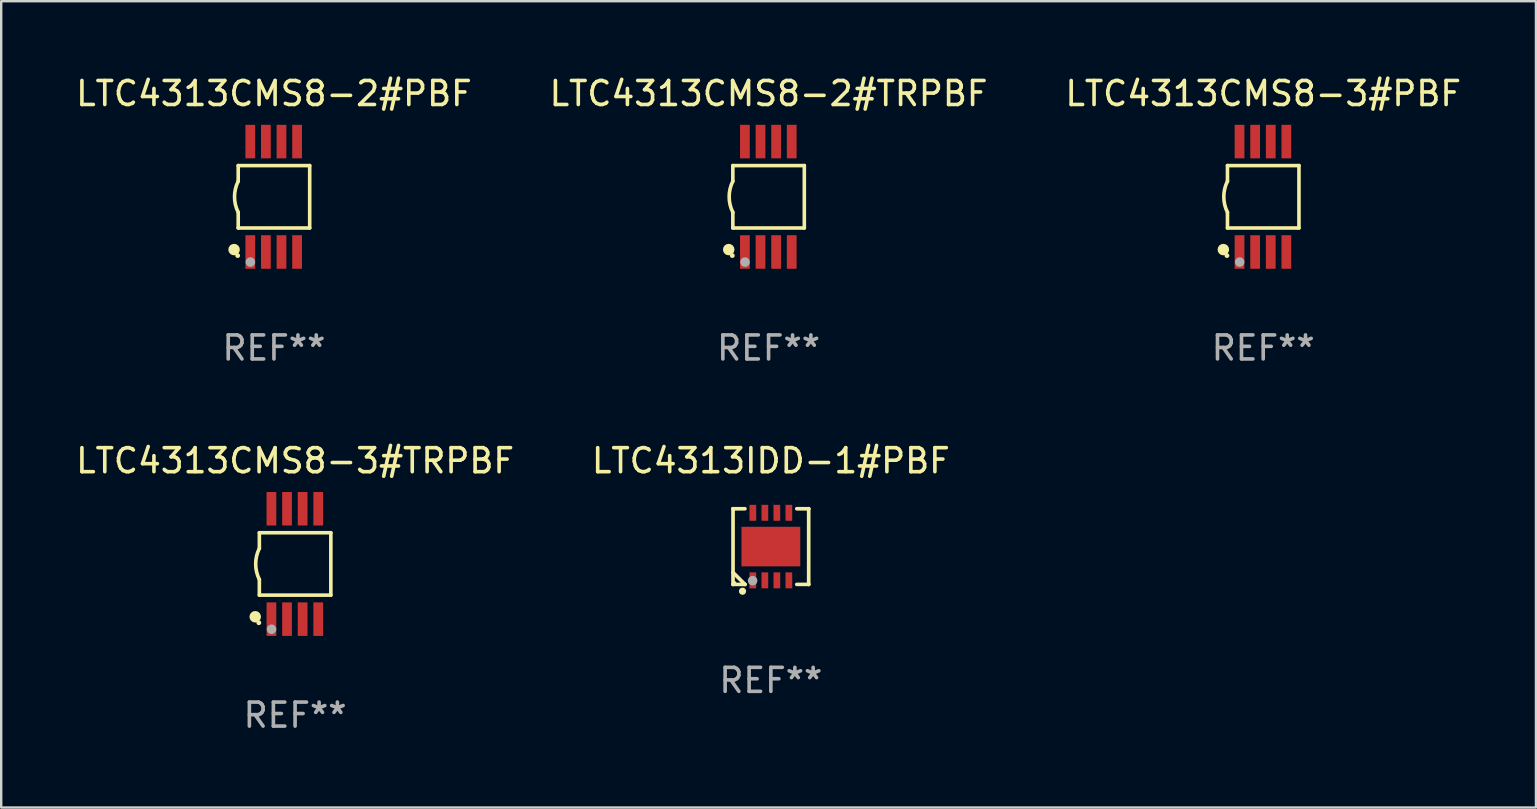
<source format=kicad_pcb>
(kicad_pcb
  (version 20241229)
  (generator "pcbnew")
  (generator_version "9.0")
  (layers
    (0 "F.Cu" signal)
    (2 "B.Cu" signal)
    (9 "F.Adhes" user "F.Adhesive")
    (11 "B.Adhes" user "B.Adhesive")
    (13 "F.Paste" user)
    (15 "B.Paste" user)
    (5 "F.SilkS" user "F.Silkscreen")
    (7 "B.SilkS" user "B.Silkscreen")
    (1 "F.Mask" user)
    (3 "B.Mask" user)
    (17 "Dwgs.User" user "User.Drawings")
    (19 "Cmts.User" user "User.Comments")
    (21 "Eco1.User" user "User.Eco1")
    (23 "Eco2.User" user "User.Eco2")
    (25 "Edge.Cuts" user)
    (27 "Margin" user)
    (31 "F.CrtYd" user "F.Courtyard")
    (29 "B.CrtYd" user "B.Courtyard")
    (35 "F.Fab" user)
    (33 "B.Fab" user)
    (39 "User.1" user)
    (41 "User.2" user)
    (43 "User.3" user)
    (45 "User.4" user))
  (footprint "LTC4313CMS8-2#TRPBF"
    (layer "F.Cu")
    (at 28.97 5.148)
    (property "Reference" "LTC4313CMS8-2#TRPBF" (at 0 -4.3 0) (layer "F.SilkS") (effects (font (size 1 1) (thickness 0.15))))
    (attr through_hole)
    (fp_line (start -1.489 -1.3) (end -1.489 -0.648) (stroke (width 0.15) (type solid)) (layer "F.SilkS"))
    (fp_line (start -1.489 0.648) (end -1.489 1.3) (stroke (width 0.15) (type solid)) (layer "F.SilkS"))
    (fp_line (start -1.489 1.3) (end 1.489 1.3) (stroke (width 0.15) (type solid)) (layer "F.SilkS"))
    (fp_line (start 1.489 -1.3) (end -1.489 -1.3) (stroke (width 0.15) (type solid)) (layer "F.SilkS"))
    (fp_line (start 1.489 1.3) (end 1.489 -1.3) (stroke (width 0.15) (type solid)) (layer "F.SilkS"))
    (fp_arc (start -1.489205 0.647702) (mid -1.642107 0) (end -1.489205 -0.647701) (stroke (width 0.150013) (type solid)) (layer "F.SilkS"))
    (fp_circle (center -1.661 2.2) (end -1.541 2.2) (stroke (width 0.24) (type solid)) (fill no) (layer "F.SilkS"))
    (fp_circle (center -1.511 2.45) (end -1.461 2.45) (stroke (width 0.1) (type solid)) (fill no) (layer "F.SilkS"))
    (fp_circle (center -0.981 2.72) (end -0.881 2.72) (stroke (width 0.2) (type solid)) (fill no) (layer "F.Fab"))
    (fp_text user "REF**" (at 0 6.3 0) (layer "F.Fab") (effects (font (size 1 1) (thickness 0.15))))
    (pad "1" smd rect (at -0.986 2.3) (size 0.406 1.397) (layers "F.Cu" "F.Mask" "F.Paste"))
    (pad "2" smd rect (at -0.336 2.3) (size 0.406 1.397) (layers "F.Cu" "F.Mask" "F.Paste"))
    (pad "3" smd rect (at 0.314 2.3) (size 0.406 1.397) (layers "F.Cu" "F.Mask" "F.Paste"))
    (pad "4" smd rect (at 0.964 2.3) (size 0.406 1.397) (layers "F.Cu" "F.Mask" "F.Paste"))
    (pad "5" smd rect (at 0.964 -2.3) (size 0.406 1.397) (layers "F.Cu" "F.Mask" "F.Paste"))
    (pad "6" smd rect (at 0.314 -2.3) (size 0.406 1.397) (layers "F.Cu" "F.Mask" "F.Paste"))
    (pad "7" smd rect (at -0.336 -2.3) (size 0.406 1.397) (layers "F.Cu" "F.Mask" "F.Paste"))
    (pad "8" smd rect (at -0.986 -2.3) (size 0.406 1.397) (layers "F.Cu" "F.Mask" "F.Paste")))
  (footprint "LTC4313CMS8-3#TRPBF"
    (layer "F.Cu")
    (at 9.244 20.445)
    (property "Reference" "LTC4313CMS8-3#TRPBF" (at 0 -4.3 0) (layer "F.SilkS") (effects (font (size 1 1) (thickness 0.15))))
    (attr through_hole)
    (fp_line (start -1.489 -1.3) (end -1.489 -0.648) (stroke (width 0.15) (type solid)) (layer "F.SilkS"))
    (fp_line (start -1.489 0.648) (end -1.489 1.3) (stroke (width 0.15) (type solid)) (layer "F.SilkS"))
    (fp_line (start -1.489 1.3) (end 1.489 1.3) (stroke (width 0.15) (type solid)) (layer "F.SilkS"))
    (fp_line (start 1.489 -1.3) (end -1.489 -1.3) (stroke (width 0.15) (type solid)) (layer "F.SilkS"))
    (fp_line (start 1.489 1.3) (end 1.489 -1.3) (stroke (width 0.15) (type solid)) (layer "F.SilkS"))
    (fp_arc (start -1.489205 0.647702) (mid -1.642107 0) (end -1.489205 -0.647701) (stroke (width 0.150013) (type solid)) (layer "F.SilkS"))
    (fp_circle (center -1.661 2.2) (end -1.541 2.2) (stroke (width 0.24) (type solid)) (fill no) (layer "F.SilkS"))
    (fp_circle (center -1.511 2.45) (end -1.461 2.45) (stroke (width 0.1) (type solid)) (fill no) (layer "F.SilkS"))
    (fp_circle (center -0.981 2.72) (end -0.881 2.72) (stroke (width 0.2) (type solid)) (fill no) (layer "F.Fab"))
    (fp_text user "REF**" (at 0 6.3 0) (layer "F.Fab") (effects (font (size 1 1) (thickness 0.15))))
    (pad "1" smd rect (at -0.986 2.3) (size 0.406 1.397) (layers "F.Cu" "F.Mask" "F.Paste"))
    (pad "2" smd rect (at -0.336 2.3) (size 0.406 1.397) (layers "F.Cu" "F.Mask" "F.Paste"))
    (pad "3" smd rect (at 0.314 2.3) (size 0.406 1.397) (layers "F.Cu" "F.Mask" "F.Paste"))
    (pad "4" smd rect (at 0.964 2.3) (size 0.406 1.397) (layers "F.Cu" "F.Mask" "F.Paste"))
    (pad "5" smd rect (at 0.964 -2.3) (size 0.406 1.397) (layers "F.Cu" "F.Mask" "F.Paste"))
    (pad "6" smd rect (at 0.314 -2.3) (size 0.406 1.397) (layers "F.Cu" "F.Mask" "F.Paste"))
    (pad "7" smd rect (at -0.336 -2.3) (size 0.406 1.397) (layers "F.Cu" "F.Mask" "F.Paste"))
    (pad "8" smd rect (at -0.986 -2.3) (size 0.406 1.397) (layers "F.Cu" "F.Mask" "F.Paste")))
  (footprint "LTC4313CMS8-2#PBF"
    (layer "F.Cu")
    (at 8.363 5.148)
    (property "Reference" "LTC4313CMS8-2#PBF" (at 0 -4.3 0) (layer "F.SilkS") (effects (font (size 1 1) (thickness 0.15))))
    (attr through_hole)
    (fp_line (start -1.489 -1.3) (end -1.489 -0.648) (stroke (width 0.15) (type solid)) (layer "F.SilkS"))
    (fp_line (start -1.489 0.648) (end -1.489 1.3) (stroke (width 0.15) (type solid)) (layer "F.SilkS"))
    (fp_line (start -1.489 1.3) (end 1.489 1.3) (stroke (width 0.15) (type solid)) (layer "F.SilkS"))
    (fp_line (start 1.489 -1.3) (end -1.489 -1.3) (stroke (width 0.15) (type solid)) (layer "F.SilkS"))
    (fp_line (start 1.489 1.3) (end 1.489 -1.3) (stroke (width 0.15) (type solid)) (layer "F.SilkS"))
    (fp_arc (start -1.489205 0.647702) (mid -1.642107 0) (end -1.489205 -0.647701) (stroke (width 0.150013) (type solid)) (layer "F.SilkS"))
    (fp_circle (center -1.661 2.2) (end -1.541 2.2) (stroke (width 0.24) (type solid)) (fill no) (layer "F.SilkS"))
    (fp_circle (center -1.511 2.45) (end -1.461 2.45) (stroke (width 0.1) (type solid)) (fill no) (layer "F.SilkS"))
    (fp_circle (center -0.981 2.72) (end -0.881 2.72) (stroke (width 0.2) (type solid)) (fill no) (layer "F.Fab"))
    (fp_text user "REF**" (at 0 6.3 0) (layer "F.Fab") (effects (font (size 1 1) (thickness 0.15))))
    (pad "1" smd rect (at -0.986 2.3) (size 0.406 1.397) (layers "F.Cu" "F.Mask" "F.Paste"))
    (pad "2" smd rect (at -0.336 2.3) (size 0.406 1.397) (layers "F.Cu" "F.Mask" "F.Paste"))
    (pad "3" smd rect (at 0.314 2.3) (size 0.406 1.397) (layers "F.Cu" "F.Mask" "F.Paste"))
    (pad "4" smd rect (at 0.964 2.3) (size 0.406 1.397) (layers "F.Cu" "F.Mask" "F.Paste"))
    (pad "5" smd rect (at 0.964 -2.3) (size 0.406 1.397) (layers "F.Cu" "F.Mask" "F.Paste"))
    (pad "6" smd rect (at 0.314 -2.3) (size 0.406 1.397) (layers "F.Cu" "F.Mask" "F.Paste"))
    (pad "7" smd rect (at -0.336 -2.3) (size 0.406 1.397) (layers "F.Cu" "F.Mask" "F.Paste"))
    (pad "8" smd rect (at -0.986 -2.3) (size 0.406 1.397) (layers "F.Cu" "F.Mask" "F.Paste")))
  (footprint "LTC4313IDD-1#PBF"
    (layer "F.Cu")
    (at 29.065 19.721)
    (property "Reference" "LTC4313IDD-1#PBF" (at 0 -3.576 0) (layer "F.SilkS") (effects (font (size 1 1) (thickness 0.15))))
    (attr through_hole)
    (fp_line (start -1.576 -1.576) (end -1.576 -1.576) (stroke (width 0.152) (type solid)) (layer "F.SilkS"))
    (fp_line (start -1.576 -1.576) (end -1.08 -1.576) (stroke (width 0.152) (type solid)) (layer "F.SilkS"))
    (fp_line (start -1.576 1.576) (end -1.576 -1.576) (stroke (width 0.152) (type solid)) (layer "F.SilkS"))
    (fp_line (start -1.576 1.576) (end -1.576 1.576) (stroke (width 0.152) (type solid)) (layer "F.SilkS"))
    (fp_line (start -1.08 1.575) (end -1.576 1.079) (stroke (width 0.152) (type solid)) (layer "F.SilkS"))
    (fp_line (start -1.08 1.576) (end -1.576 1.576) (stroke (width 0.152) (type solid)) (layer "F.SilkS"))
    (fp_line (start -1.08 1.576) (end -1.08 1.575) (stroke (width 0.152) (type solid)) (layer "F.SilkS"))
    (fp_line (start 1.08 1.576) (end 1.576 1.576) (stroke (width 0.152) (type solid)) (layer "F.SilkS"))
    (fp_line (start 1.576 -1.576) (end 1.08 -1.576) (stroke (width 0.152) (type solid)) (layer "F.SilkS"))
    (fp_line (start 1.576 -1.576) (end 1.576 -1.576) (stroke (width 0.152) (type solid)) (layer "F.SilkS"))
    (fp_line (start 1.576 1.576) (end 1.576 -1.576) (stroke (width 0.152) (type solid)) (layer "F.SilkS"))
    (fp_line (start 1.576 1.576) (end 1.576 1.576) (stroke (width 0.152) (type solid)) (layer "F.SilkS"))
    (fp_circle (center -1.5 1.5) (end -1.47 1.5) (stroke (width 0.06) (type solid)) (fill no) (layer "F.SilkS"))
    (fp_circle (center -1.18 1.86) (end -1.105 1.86) (stroke (width 0.15) (type solid)) (fill no) (layer "F.SilkS"))
    (fp_circle (center -0.76 1.42) (end -0.66 1.42) (stroke (width 0.2) (type solid)) (fill no) (layer "F.Fab"))
    (fp_text user "REF**" (at 0 5.576 0) (layer "F.Fab") (effects (font (size 1 1) (thickness 0.15))))
    (pad "1" smd rect (at -0.75 1.407) (size 0.28 0.665) (layers "F.Cu" "F.Mask" "F.Paste"))
    (pad "2" smd rect (at -0.25 1.407) (size 0.28 0.665) (layers "F.Cu" "F.Mask" "F.Paste"))
    (pad "3" smd rect (at 0.25 1.407) (size 0.28 0.665) (layers "F.Cu" "F.Mask" "F.Paste"))
    (pad "4" smd rect (at 0.75 1.407) (size 0.28 0.665) (layers "F.Cu" "F.Mask" "F.Paste"))
    (pad "5" smd rect (at 0.75 -1.407) (size 0.28 0.665) (layers "F.Cu" "F.Mask" "F.Paste"))
    (pad "6" smd rect (at 0.25 -1.407) (size 0.28 0.665) (layers "F.Cu" "F.Mask" "F.Paste"))
    (pad "7" smd rect (at -0.25 -1.407) (size 0.28 0.665) (layers "F.Cu" "F.Mask" "F.Paste"))
    (pad "8" smd rect (at -0.75 -1.407) (size 0.28 0.665) (layers "F.Cu" "F.Mask" "F.Paste"))
    (pad "9" smd rect (at 0 0) (size 2.45 1.65) (layers "F.Cu" "F.Mask" "F.Paste")))
  (footprint "LTC4313CMS8-3#PBF"
    (layer "F.Cu")
    (at 49.577 5.148)
    (property "Reference" "LTC4313CMS8-3#PBF" (at 0 -4.3 0) (layer "F.SilkS") (effects (font (size 1 1) (thickness 0.15))))
    (attr through_hole)
    (fp_line (start -1.489 -1.3) (end -1.489 -0.648) (stroke (width 0.15) (type solid)) (layer "F.SilkS"))
    (fp_line (start -1.489 0.648) (end -1.489 1.3) (stroke (width 0.15) (type solid)) (layer "F.SilkS"))
    (fp_line (start -1.489 1.3) (end 1.489 1.3) (stroke (width 0.15) (type solid)) (layer "F.SilkS"))
    (fp_line (start 1.489 -1.3) (end -1.489 -1.3) (stroke (width 0.15) (type solid)) (layer "F.SilkS"))
    (fp_line (start 1.489 1.3) (end 1.489 -1.3) (stroke (width 0.15) (type solid)) (layer "F.SilkS"))
    (fp_arc (start -1.489205 0.647702) (mid -1.642107 0) (end -1.489205 -0.647701) (stroke (width 0.150013) (type solid)) (layer "F.SilkS"))
    (fp_circle (center -1.661 2.2) (end -1.541 2.2) (stroke (width 0.24) (type solid)) (fill no) (layer "F.SilkS"))
    (fp_circle (center -1.511 2.45) (end -1.461 2.45) (stroke (width 0.1) (type solid)) (fill no) (layer "F.SilkS"))
    (fp_circle (center -0.981 2.72) (end -0.881 2.72) (stroke (width 0.2) (type solid)) (fill no) (layer "F.Fab"))
    (fp_text user "REF**" (at 0 6.3 0) (layer "F.Fab") (effects (font (size 1 1) (thickness 0.15))))
    (pad "1" smd rect (at -0.986 2.3) (size 0.406 1.397) (layers "F.Cu" "F.Mask" "F.Paste"))
    (pad "2" smd rect (at -0.336 2.3) (size 0.406 1.397) (layers "F.Cu" "F.Mask" "F.Paste"))
    (pad "3" smd rect (at 0.314 2.3) (size 0.406 1.397) (layers "F.Cu" "F.Mask" "F.Paste"))
    (pad "4" smd rect (at 0.964 2.3) (size 0.406 1.397) (layers "F.Cu" "F.Mask" "F.Paste"))
    (pad "5" smd rect (at 0.964 -2.3) (size 0.406 1.397) (layers "F.Cu" "F.Mask" "F.Paste"))
    (pad "6" smd rect (at 0.314 -2.3) (size 0.406 1.397) (layers "F.Cu" "F.Mask" "F.Paste"))
    (pad "7" smd rect (at -0.336 -2.3) (size 0.406 1.397) (layers "F.Cu" "F.Mask" "F.Paste"))
    (pad "8" smd rect (at -0.986 -2.3) (size 0.406 1.397) (layers "F.Cu" "F.Mask" "F.Paste")))
  (gr_rect
    (start -3 -3)
    (end 60.94 30.593)
    (stroke (width 0.1) (type default))
    (fill no)
    (layer "Edge.Cuts")))
</source>
